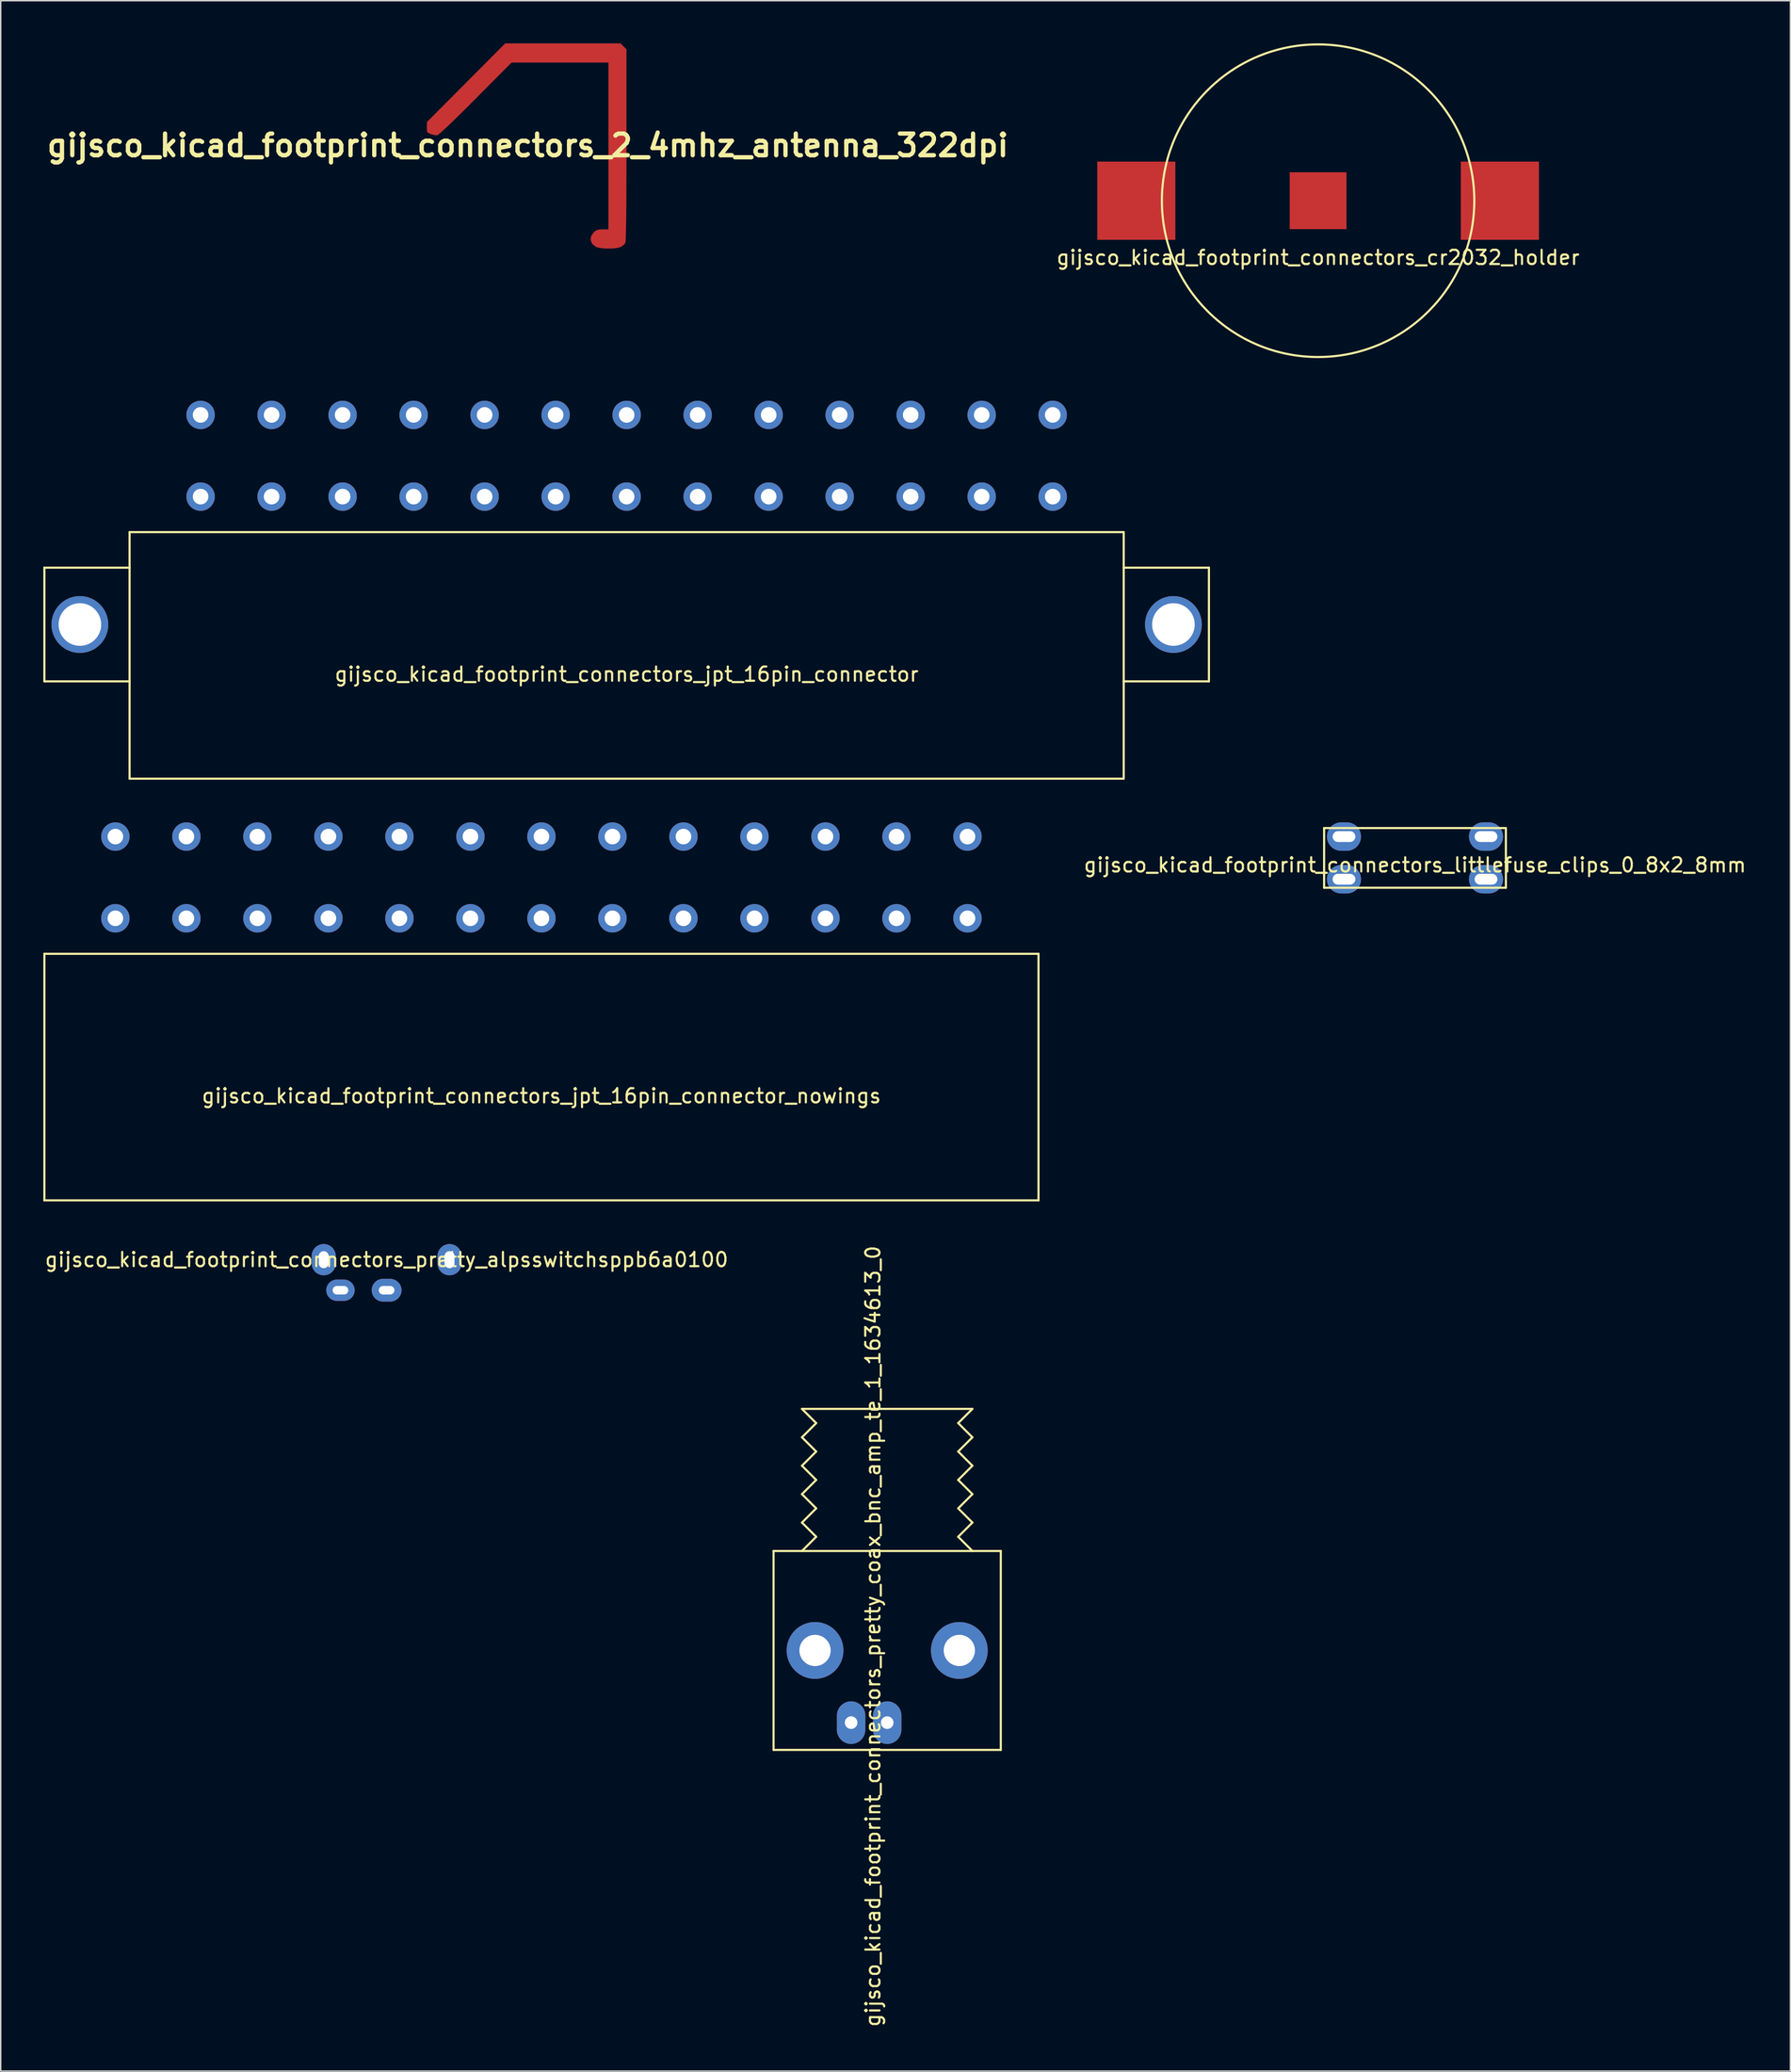
<source format=kicad_pcb>
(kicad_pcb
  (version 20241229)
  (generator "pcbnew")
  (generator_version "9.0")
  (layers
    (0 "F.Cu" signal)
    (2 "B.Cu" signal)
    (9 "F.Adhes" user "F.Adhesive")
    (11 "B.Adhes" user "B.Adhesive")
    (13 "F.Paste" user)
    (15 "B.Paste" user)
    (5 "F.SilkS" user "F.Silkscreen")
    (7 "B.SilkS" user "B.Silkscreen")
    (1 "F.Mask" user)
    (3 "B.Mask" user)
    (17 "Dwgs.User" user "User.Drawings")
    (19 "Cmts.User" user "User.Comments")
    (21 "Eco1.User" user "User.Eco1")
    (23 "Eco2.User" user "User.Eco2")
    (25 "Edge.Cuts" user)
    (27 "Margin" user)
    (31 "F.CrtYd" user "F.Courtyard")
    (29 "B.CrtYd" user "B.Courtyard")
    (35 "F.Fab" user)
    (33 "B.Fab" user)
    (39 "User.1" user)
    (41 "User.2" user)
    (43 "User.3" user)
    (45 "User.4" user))
  (footprint "gijsco_kicad_footprint_connectors_jpt_16pin_connector"
    (layer "F.Cu")
    (at 41.075 34.4)
    (property "Reference" "gijsco_kicad_footprint_connectors_jpt_16pin_connector" (at 0 10 0) (layer "F.SilkS") (effects (font (size 1 1) (thickness 0.15))))
    (attr through_hole)
    (fp_line (start -41 2.5) (end -41 10.5) (stroke (width 0.15) (type solid)) (layer "F.SilkS"))
    (fp_line (start -41 10.5) (end -35 10.5) (stroke (width 0.15) (type solid)) (layer "F.SilkS"))
    (fp_line (start -35 0) (end -35 17.35) (stroke (width 0.15) (type solid)) (layer "F.SilkS"))
    (fp_line (start -35 2.5) (end -41 2.5) (stroke (width 0.15) (type solid)) (layer "F.SilkS"))
    (fp_line (start -35 17.35) (end 35 17.35) (stroke (width 0.15) (type solid)) (layer "F.SilkS"))
    (fp_line (start 35 0) (end -35 0) (stroke (width 0.15) (type solid)) (layer "F.SilkS"))
    (fp_line (start 35 2.5) (end 41 2.5) (stroke (width 0.15) (type solid)) (layer "F.SilkS"))
    (fp_line (start 35 17.35) (end 35 0) (stroke (width 0.15) (type solid)) (layer "F.SilkS"))
    (fp_line (start 41 2.5) (end 41 10.5) (stroke (width 0.15) (type solid)) (layer "F.SilkS"))
    (fp_line (start 41 10.5) (end 35 10.5) (stroke (width 0.15) (type solid)) (layer "F.SilkS"))
    (pad "1" thru_hole circle (at 30 -2.5) (size 2 2) (drill 1.1) (layers "*.Cu" "*.Mask"))
    (pad "2" thru_hole circle (at 30 -8.25) (size 2 2) (drill 1.1) (layers "*.Cu" "*.Mask"))
    (pad "3" thru_hole circle (at 25 -2.5) (size 2 2) (drill 1.1) (layers "*.Cu" "*.Mask"))
    (pad "4" thru_hole circle (at 25 -8.25) (size 2 2) (drill 1.1) (layers "*.Cu" "*.Mask"))
    (pad "5" thru_hole circle (at 20 -2.5) (size 2 2) (drill 1.1) (layers "*.Cu" "*.Mask"))
    (pad "6" thru_hole circle (at 20 -8.25) (size 2 2) (drill 1.1) (layers "*.Cu" "*.Mask"))
    (pad "7" thru_hole circle (at 15 -2.5) (size 2 2) (drill 1.1) (layers "*.Cu" "*.Mask"))
    (pad "8" thru_hole circle (at 15 -8.25) (size 2 2) (drill 1.1) (layers "*.Cu" "*.Mask"))
    (pad "9" thru_hole circle (at 10 -2.5) (size 2 2) (drill 1.1) (layers "*.Cu" "*.Mask"))
    (pad "10" thru_hole circle (at 10 -8.25) (size 2 2) (drill 1.1) (layers "*.Cu" "*.Mask"))
    (pad "11" thru_hole circle (at 5 -2.5) (size 2 2) (drill 1.1) (layers "*.Cu" "*.Mask"))
    (pad "12" thru_hole circle (at 5 -8.25) (size 2 2) (drill 1.1) (layers "*.Cu" "*.Mask"))
    (pad "13" thru_hole circle (at 0 -2.5) (size 2 2) (drill 1.1) (layers "*.Cu" "*.Mask"))
    (pad "14" thru_hole circle (at 0 -8.25) (size 2 2) (drill 1.1) (layers "*.Cu" "*.Mask"))
    (pad "15" thru_hole circle (at -5 -2.5) (size 2 2) (drill 1.1) (layers "*.Cu" "*.Mask"))
    (pad "16" thru_hole circle (at -5 -8.25) (size 2 2) (drill 1.1) (layers "*.Cu" "*.Mask"))
    (pad "17" thru_hole circle (at -10 -2.5) (size 2 2) (drill 1.1) (layers "*.Cu" "*.Mask"))
    (pad "18" thru_hole circle (at -10 -8.25) (size 2 2) (drill 1.1) (layers "*.Cu" "*.Mask"))
    (pad "19" thru_hole circle (at -15 -2.5) (size 2 2) (drill 1.1) (layers "*.Cu" "*.Mask"))
    (pad "20" thru_hole circle (at -15 -8.25) (size 2 2) (drill 1.1) (layers "*.Cu" "*.Mask"))
    (pad "21" thru_hole circle (at -20 -2.5) (size 2 2) (drill 1.1) (layers "*.Cu" "*.Mask"))
    (pad "22" thru_hole circle (at -20 -8.25) (size 2 2) (drill 1.1) (layers "*.Cu" "*.Mask"))
    (pad "23" thru_hole circle (at -25 -2.5) (size 2 2) (drill 1.1) (layers "*.Cu" "*.Mask"))
    (pad "24" thru_hole circle (at -25 -8.25) (size 2 2) (drill 1.1) (layers "*.Cu" "*.Mask"))
    (pad "25" thru_hole circle (at -30 -2.5) (size 2 2) (drill 1.1) (layers "*.Cu" "*.Mask"))
    (pad "26" thru_hole circle (at -30 -8.25) (size 2 2) (drill 1.1) (layers "*.Cu" "*.Mask"))
    (pad "28" thru_hole circle (at 38.5 6.5) (size 4 4) (drill 3) (layers "*.Cu" "*.Mask"))
    (pad "29" thru_hole circle (at -38.5 6.5) (size 4 4) (drill 3) (layers "*.Cu" "*.Mask")))
  (footprint "gijsco_kicad_footprint_connectors_2_4mhz_antenna_322dpi"
    (layer "F.Cu")
    (at 34.116 7.183)
    (property "Reference" "gijsco_kicad_footprint_connectors_2_4mhz_antenna_322dpi" (at 0 0 0) (layer "F.SilkS") (effects (font (size 1.524 1.524) (thickness 0.3))))
    (attr through_hole)
    (fp_poly (pts (xy 6.734 -6.97) (xy 6.942 -6.762) (xy 6.942 -0.023) (xy 6.941 1.36) (xy 6.938 2.59) (xy 6.933 3.666) (xy 6.926 4.588) (xy 6.917 5.354) (xy 6.907 5.965) (xy 6.894 6.42) (xy 6.88 6.717) (xy 6.864 6.858) (xy 6.86 6.867) (xy 6.734 7.011) (xy 6.549 7.138) (xy 6.32 7.207) (xy 5.992 7.246) (xy 5.618 7.256) (xy 5.253 7.237) (xy 4.948 7.189) (xy 4.794 7.134) (xy 4.54 6.926) (xy 4.427 6.67) (xy 4.461 6.392) (xy 4.629 6.137) (xy 4.785 6.002) (xy 4.956 5.936) (xy 5.206 5.916) (xy 5.26 5.916) (xy 5.68 5.916) (xy 5.68 -5.837) (xy -1.147 -5.837) (xy -3.697 -3.274) (xy -4.396 -2.573) (xy -4.99 -1.987) (xy -5.479 -1.513) (xy -5.864 -1.149) (xy -6.148 -0.896) (xy -6.331 -0.75) (xy -6.411 -0.71) (xy -6.599 -0.737) (xy -6.828 -0.801) (xy -6.837 -0.805) (xy -6.997 -0.875) (xy -7.074 -0.969) (xy -7.098 -1.141) (xy -7.099 -1.27) (xy -7.099 -1.642) (xy -4.343 -4.41) (xy -1.586 -7.178) (xy 6.526 -7.178) (xy 6.734 -6.97)) (stroke (width 0.01) (type solid)) (fill yes) (layer "F.Cu"))
    (pad "1" smd circle (at -7 -1) (size 0.2 0.2) (layers "F.Cu" "F.Mask")))
  (footprint "gijsco_kicad_footprint_connectors_jpt_16pin_connector_nowings"
    (layer "F.Cu")
    (at 35.075 64.075)
    (property "Reference" "gijsco_kicad_footprint_connectors_jpt_16pin_connector_nowings" (at 0 10 0) (layer "F.SilkS") (effects (font (size 1 1) (thickness 0.15))))
    (attr through_hole)
    (fp_line (start -35 0) (end -35 17.35) (stroke (width 0.15) (type solid)) (layer "F.SilkS"))
    (fp_line (start -35 17.35) (end 35 17.35) (stroke (width 0.15) (type solid)) (layer "F.SilkS"))
    (fp_line (start 35 0) (end -35 0) (stroke (width 0.15) (type solid)) (layer "F.SilkS"))
    (fp_line (start 35 17.35) (end 35 0) (stroke (width 0.15) (type solid)) (layer "F.SilkS"))
    (pad "1" thru_hole circle (at 30 -2.5) (size 2 2) (drill 1.1) (layers "*.Cu" "*.Mask"))
    (pad "2" thru_hole circle (at 30 -8.25) (size 2 2) (drill 1.1) (layers "*.Cu" "*.Mask"))
    (pad "3" thru_hole circle (at 25 -2.5) (size 2 2) (drill 1.1) (layers "*.Cu" "*.Mask"))
    (pad "4" thru_hole circle (at 25 -8.25) (size 2 2) (drill 1.1) (layers "*.Cu" "*.Mask"))
    (pad "5" thru_hole circle (at 20 -2.5) (size 2 2) (drill 1.1) (layers "*.Cu" "*.Mask"))
    (pad "6" thru_hole circle (at 20 -8.25) (size 2 2) (drill 1.1) (layers "*.Cu" "*.Mask"))
    (pad "7" thru_hole circle (at 15 -2.5) (size 2 2) (drill 1.1) (layers "*.Cu" "*.Mask"))
    (pad "8" thru_hole circle (at 15 -8.25) (size 2 2) (drill 1.1) (layers "*.Cu" "*.Mask"))
    (pad "9" thru_hole circle (at 10 -2.5) (size 2 2) (drill 1.1) (layers "*.Cu" "*.Mask"))
    (pad "10" thru_hole circle (at 10 -8.25) (size 2 2) (drill 1.1) (layers "*.Cu" "*.Mask"))
    (pad "11" thru_hole circle (at 5 -2.5) (size 2 2) (drill 1.1) (layers "*.Cu" "*.Mask"))
    (pad "12" thru_hole circle (at 5 -8.25) (size 2 2) (drill 1.1) (layers "*.Cu" "*.Mask"))
    (pad "13" thru_hole circle (at 0 -2.5) (size 2 2) (drill 1.1) (layers "*.Cu" "*.Mask"))
    (pad "14" thru_hole circle (at 0 -8.25) (size 2 2) (drill 1.1) (layers "*.Cu" "*.Mask"))
    (pad "15" thru_hole circle (at -5 -2.5) (size 2 2) (drill 1.1) (layers "*.Cu" "*.Mask"))
    (pad "16" thru_hole circle (at -5 -8.25) (size 2 2) (drill 1.1) (layers "*.Cu" "*.Mask"))
    (pad "17" thru_hole circle (at -10 -2.5) (size 2 2) (drill 1.1) (layers "*.Cu" "*.Mask"))
    (pad "18" thru_hole circle (at -10 -8.25) (size 2 2) (drill 1.1) (layers "*.Cu" "*.Mask"))
    (pad "19" thru_hole circle (at -15 -2.5) (size 2 2) (drill 1.1) (layers "*.Cu" "*.Mask"))
    (pad "20" thru_hole circle (at -15 -8.25) (size 2 2) (drill 1.1) (layers "*.Cu" "*.Mask"))
    (pad "21" thru_hole circle (at -20 -2.5) (size 2 2) (drill 1.1) (layers "*.Cu" "*.Mask"))
    (pad "22" thru_hole circle (at -20 -8.25) (size 2 2) (drill 1.1) (layers "*.Cu" "*.Mask"))
    (pad "23" thru_hole circle (at -25 -2.5) (size 2 2) (drill 1.1) (layers "*.Cu" "*.Mask"))
    (pad "24" thru_hole circle (at -25 -8.25) (size 2 2) (drill 1.1) (layers "*.Cu" "*.Mask"))
    (pad "25" thru_hole circle (at -30 -2.5) (size 2 2) (drill 1.1) (layers "*.Cu" "*.Mask"))
    (pad "26" thru_hole circle (at -30 -8.25) (size 2 2) (drill 1.1) (layers "*.Cu" "*.Mask")))
  (footprint "gijsco_kicad_footprint_connectors_pretty_alpsswitchsppb6a0100"
    (layer "F.Cu")
    (at 24.173 85.6)
    (property "Reference" "gijsco_kicad_footprint_connectors_pretty_alpsswitchsppb6a0100" (at 0 0 0) (layer "F.SilkS") (effects (font (size 1 1) (thickness 0.15))))
    (attr through_hole)
    (pad "1" thru_hole oval (at 0 2.15) (size 2.1 1.6) (drill oval 1.1 0.6) (layers "*.Cu" "*.Mask"))
    (pad "2" thru_hole oval (at -3.25 2.15) (size 2 1.5) (drill oval 1.1 0.6) (layers "*.Cu" "*.Mask"))
    (pad "3" thru_hole oval (at -4.43 0) (size 1.7 2.2) (drill oval 0.7 1.2) (layers "*.Cu" "*.Mask"))
    (pad "3" thru_hole oval (at 4.43 0) (size 1.7 2.2) (drill oval 0.7 1.2) (layers "*.Cu" "*.Mask")))
  (footprint "gijsco_kicad_footprint_connectors_pretty_coax_bnc_amp_te_1_1634613_0"
    (layer "F.Cu")
    (at 59.42 113.101)
    (property "Reference" "gijsco_kicad_footprint_connectors_pretty_coax_bnc_amp_te_1_1634613_0" (at -1 -1 90) (layer "F.SilkS") (effects (font (size 1 1) (thickness 0.15))))
    (attr through_hole)
    (fp_line (start -8 -7) (end -8 7) (stroke (width 0.15) (type solid)) (layer "F.SilkS"))
    (fp_line (start -8 7) (end 8 7) (stroke (width 0.15) (type solid)) (layer "F.SilkS"))
    (fp_line (start -6 -15) (end -5 -16) (stroke (width 0.15) (type solid)) (layer "F.SilkS"))
    (fp_line (start -6 -13) (end -5 -14) (stroke (width 0.15) (type solid)) (layer "F.SilkS"))
    (fp_line (start -6 -11) (end -5 -12) (stroke (width 0.15) (type solid)) (layer "F.SilkS"))
    (fp_line (start -6 -9) (end -5 -10) (stroke (width 0.15) (type solid)) (layer "F.SilkS"))
    (fp_line (start -6 -7) (end -5 -8) (stroke (width 0.15) (type solid)) (layer "F.SilkS"))
    (fp_line (start -5 -16) (end -6 -17) (stroke (width 0.15) (type solid)) (layer "F.SilkS"))
    (fp_line (start -5 -14) (end -6 -15) (stroke (width 0.15) (type solid)) (layer "F.SilkS"))
    (fp_line (start -5 -12) (end -6 -13) (stroke (width 0.15) (type solid)) (layer "F.SilkS"))
    (fp_line (start -5 -10) (end -6 -11) (stroke (width 0.15) (type solid)) (layer "F.SilkS"))
    (fp_line (start -5 -8) (end -6 -9) (stroke (width 0.15) (type solid)) (layer "F.SilkS"))
    (fp_line (start 5 -16) (end 6 -17) (stroke (width 0.15) (type solid)) (layer "F.SilkS"))
    (fp_line (start 5 -14) (end 6 -15) (stroke (width 0.15) (type solid)) (layer "F.SilkS"))
    (fp_line (start 5 -12) (end 6 -13) (stroke (width 0.15) (type solid)) (layer "F.SilkS"))
    (fp_line (start 5 -10) (end 6 -11) (stroke (width 0.15) (type solid)) (layer "F.SilkS"))
    (fp_line (start 5 -8) (end 6 -9) (stroke (width 0.15) (type solid)) (layer "F.SilkS"))
    (fp_line (start 6 -17) (end -6 -17) (stroke (width 0.15) (type solid)) (layer "F.SilkS"))
    (fp_line (start 6 -15) (end 5 -16) (stroke (width 0.15) (type solid)) (layer "F.SilkS"))
    (fp_line (start 6 -13) (end 5 -14) (stroke (width 0.15) (type solid)) (layer "F.SilkS"))
    (fp_line (start 6 -11) (end 5 -12) (stroke (width 0.15) (type solid)) (layer "F.SilkS"))
    (fp_line (start 6 -9) (end 5 -10) (stroke (width 0.15) (type solid)) (layer "F.SilkS"))
    (fp_line (start 6 -7) (end 5 -8) (stroke (width 0.15) (type solid)) (layer "F.SilkS"))
    (fp_line (start 8 -7) (end -8 -7) (stroke (width 0.15) (type solid)) (layer "F.SilkS"))
    (fp_line (start 8 7) (end 8 -7) (stroke (width 0.15) (type solid)) (layer "F.SilkS"))
    (pad "1" thru_hole oval (at 0 5.08) (size 2 3) (drill 0.89) (layers "*.Cu" "*.Mask"))
    (pad "2" thru_hole oval (at -2.54 5.08) (size 2 3) (drill 0.89) (layers "*.Cu" "*.Mask"))
    (pad "3" thru_hole circle (at -5.08 0) (size 4 4) (drill 2.2) (layers "*.Cu" "*.Mask"))
    (pad "3" thru_hole circle (at 5.08 0) (size 4 4) (drill 2.2) (layers "*.Cu" "*.Mask")))
  (footprint "gijsco_kicad_footprint_connectors_littlefuse_clips_0_8x2_8mm"
    (layer "F.Cu")
    (at 96.585 57.325)
    (property "Reference" "gijsco_kicad_footprint_connectors_littlefuse_clips_0_8x2_8mm" (at 0 0.5 0) (layer "F.SilkS") (effects (font (size 1 1) (thickness 0.15))))
    (attr through_hole)
    (fp_line (start -6.4 -2.1) (end 6.4 -2.1) (stroke (width 0.15) (type solid)) (layer "F.SilkS"))
    (fp_line (start -6.4 2.1) (end -6.4 -2.1) (stroke (width 0.15) (type solid)) (layer "F.SilkS"))
    (fp_line (start 6.4 -2.1) (end 6.4 2.1) (stroke (width 0.15) (type solid)) (layer "F.SilkS"))
    (fp_line (start 6.4 2.1) (end -6.4 2.1) (stroke (width 0.15) (type solid)) (layer "F.SilkS"))
    (pad "1" thru_hole oval (at -5 -1.5) (size 2.4 2) (drill oval 1.6 0.762) (layers "*.Cu" "*.Mask"))
    (pad "1" thru_hole oval (at -5 1.5) (size 2.4 2) (drill oval 1.6 0.762) (layers "*.Cu" "*.Mask"))
    (pad "2" thru_hole oval (at 5 -1.5) (size 2.4 2) (drill oval 1.6 0.762) (layers "*.Cu" "*.Mask"))
    (pad "2" thru_hole oval (at 5 1.5) (size 2.4 2) (drill oval 1.6 0.762) (layers "*.Cu" "*.Mask")))
  (footprint "gijsco_kicad_footprint_connectors_cr2032_holder"
    (layer "F.Cu")
    (at 89.762 11.075)
    (property "Reference" "gijsco_kicad_footprint_connectors_cr2032_holder" (at 0 4 0) (layer "F.SilkS") (effects (font (size 1 1) (thickness 0.15))))
    (attr through_hole)
    (fp_circle (center 0 0) (end 11 0) (stroke (width 0.15) (type solid)) (fill no) (layer "F.SilkS"))
    (pad "1" smd rect (at 0 0) (size 4 4) (layers "F.Cu" "F.Mask" "F.Paste"))
    (pad "2" smd rect (at -12.8 0) (size 5.5 5.5) (layers "F.Cu" "F.Mask" "F.Paste"))
    (pad "2" smd rect (at 12.8 0) (size 5.5 5.5) (layers "F.Cu" "F.Mask" "F.Paste")))
  (gr_rect
    (start -3 -3)
    (end 123.019 142.702)
    (stroke (width 0.1) (type default))
    (fill no)
    (layer "Edge.Cuts")))
</source>
